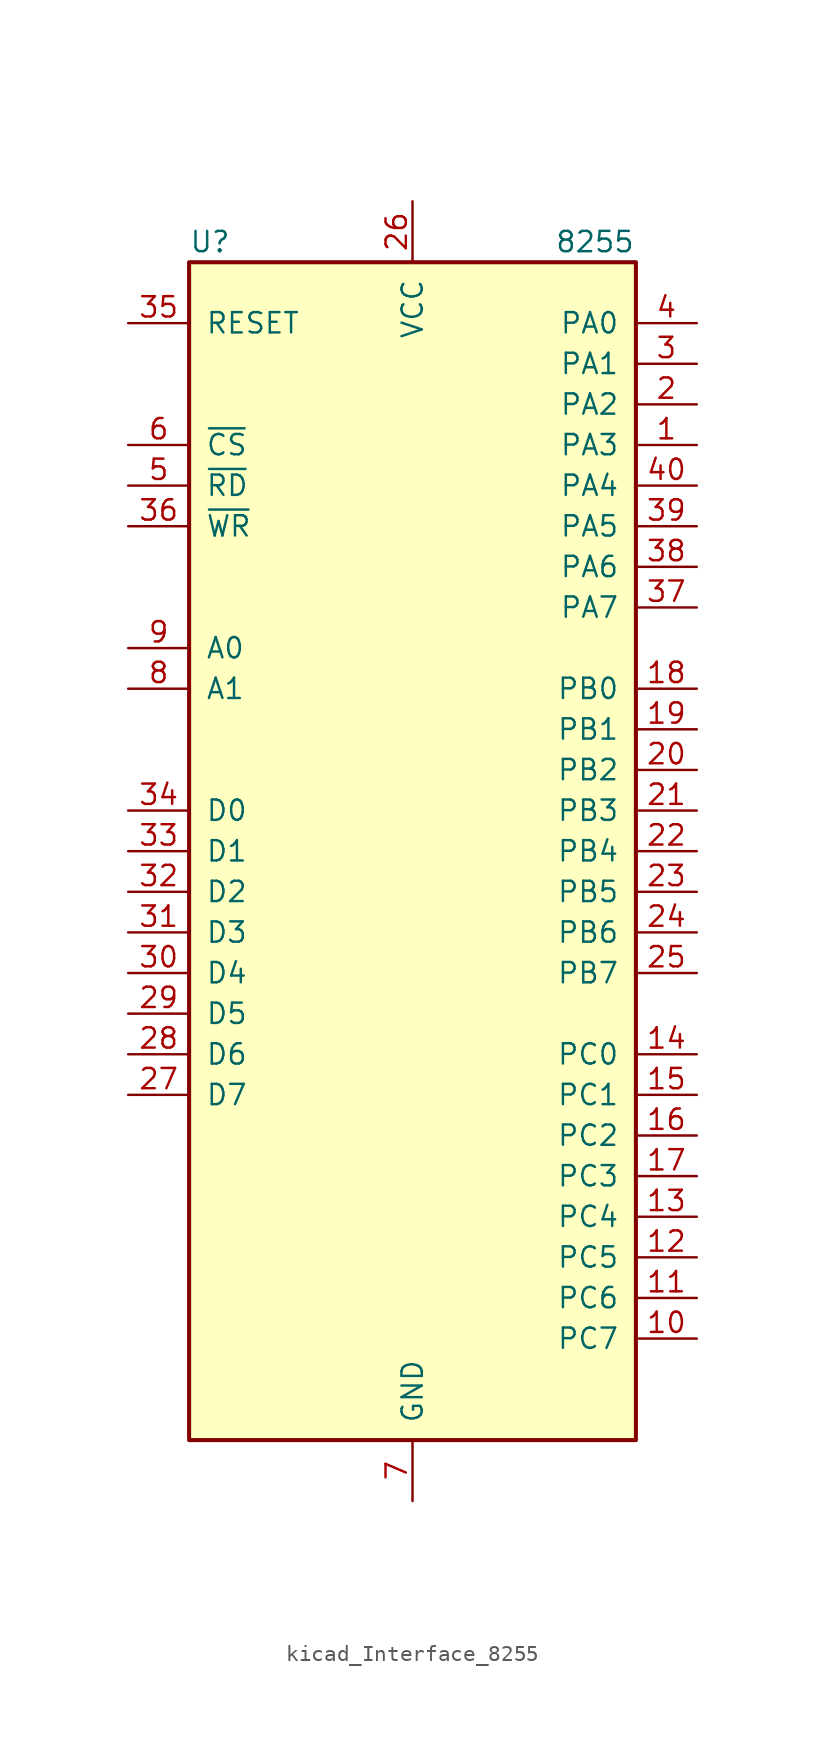
<source format=kicad_sym>
(kicad_symbol_lib
  (version 20220914)
  (generator kicad_symbol_editor)
  (symbol "kicad_Interface_8255"
    (pin_names
      (offset 1.016))
    (property "Reference" "U"
      (at -13.97 38.1 0)
      (effects (font (size 1.27 1.27)) (justify left)))
    (property "Value" "8255"
      (at 8.89 38.1 0)
      (effects (font (size 1.27 1.27)) (justify left)))
    (symbol "kicad_Interface_8255_1_1"
      (rectangle (start -13.97 -36.83) (end 13.97 36.83) (stroke (width 0.254) (type default)) (fill (type background)))
      (pin bidirectional line (at 17.78 25.4 180) (length 3.81) (name "PA3" (effects (font (size 1.27 1.27)))) (number "1" (effects (font (size 1.27 1.27)))))
      (pin bidirectional line (at 17.78 -30.48 180) (length 3.81) (name "PC7" (effects (font (size 1.27 1.27)))) (number "10" (effects (font (size 1.27 1.27)))))
      (pin bidirectional line (at 17.78 -27.94 180) (length 3.81) (name "PC6" (effects (font (size 1.27 1.27)))) (number "11" (effects (font (size 1.27 1.27)))))
      (pin bidirectional line (at 17.78 -25.4 180) (length 3.81) (name "PC5" (effects (font (size 1.27 1.27)))) (number "12" (effects (font (size 1.27 1.27)))))
      (pin bidirectional line (at 17.78 -22.86 180) (length 3.81) (name "PC4" (effects (font (size 1.27 1.27)))) (number "13" (effects (font (size 1.27 1.27)))))
      (pin bidirectional line (at 17.78 -12.7 180) (length 3.81) (name "PC0" (effects (font (size 1.27 1.27)))) (number "14" (effects (font (size 1.27 1.27)))))
      (pin bidirectional line (at 17.78 -15.24 180) (length 3.81) (name "PC1" (effects (font (size 1.27 1.27)))) (number "15" (effects (font (size 1.27 1.27)))))
      (pin bidirectional line (at 17.78 -17.78 180) (length 3.81) (name "PC2" (effects (font (size 1.27 1.27)))) (number "16" (effects (font (size 1.27 1.27)))))
      (pin bidirectional line (at 17.78 -20.32 180) (length 3.81) (name "PC3" (effects (font (size 1.27 1.27)))) (number "17" (effects (font (size 1.27 1.27)))))
      (pin bidirectional line (at 17.78 10.16 180) (length 3.81) (name "PB0" (effects (font (size 1.27 1.27)))) (number "18" (effects (font (size 1.27 1.27)))))
      (pin bidirectional line (at 17.78 7.62 180) (length 3.81) (name "PB1" (effects (font (size 1.27 1.27)))) (number "19" (effects (font (size 1.27 1.27)))))
      (pin bidirectional line (at 17.78 27.94 180) (length 3.81) (name "PA2" (effects (font (size 1.27 1.27)))) (number "2" (effects (font (size 1.27 1.27)))))
      (pin bidirectional line (at 17.78 5.08 180) (length 3.81) (name "PB2" (effects (font (size 1.27 1.27)))) (number "20" (effects (font (size 1.27 1.27)))))
      (pin bidirectional line (at 17.78 2.54 180) (length 3.81) (name "PB3" (effects (font (size 1.27 1.27)))) (number "21" (effects (font (size 1.27 1.27)))))
      (pin bidirectional line (at 17.78 0 180) (length 3.81) (name "PB4" (effects (font (size 1.27 1.27)))) (number "22" (effects (font (size 1.27 1.27)))))
      (pin bidirectional line (at 17.78 -2.54 180) (length 3.81) (name "PB5" (effects (font (size 1.27 1.27)))) (number "23" (effects (font (size 1.27 1.27)))))
      (pin bidirectional line (at 17.78 -5.08 180) (length 3.81) (name "PB6" (effects (font (size 1.27 1.27)))) (number "24" (effects (font (size 1.27 1.27)))))
      (pin bidirectional line (at 17.78 -7.62 180) (length 3.81) (name "PB7" (effects (font (size 1.27 1.27)))) (number "25" (effects (font (size 1.27 1.27)))))
      (pin power_in line (at 0 40.64 270) (length 3.81) (name "VCC" (effects (font (size 1.27 1.27)))) (number "26" (effects (font (size 1.27 1.27)))))
      (pin bidirectional line (at -17.78 -15.24 0) (length 3.81) (name "D7" (effects (font (size 1.27 1.27)))) (number "27" (effects (font (size 1.27 1.27)))))
      (pin bidirectional line (at -17.78 -12.7 0) (length 3.81) (name "D6" (effects (font (size 1.27 1.27)))) (number "28" (effects (font (size 1.27 1.27)))))
      (pin bidirectional line (at -17.78 -10.16 0) (length 3.81) (name "D5" (effects (font (size 1.27 1.27)))) (number "29" (effects (font (size 1.27 1.27)))))
      (pin bidirectional line (at 17.78 30.48 180) (length 3.81) (name "PA1" (effects (font (size 1.27 1.27)))) (number "3" (effects (font (size 1.27 1.27)))))
      (pin bidirectional line (at -17.78 -7.62 0) (length 3.81) (name "D4" (effects (font (size 1.27 1.27)))) (number "30" (effects (font (size 1.27 1.27)))))
      (pin bidirectional line (at -17.78 -5.08 0) (length 3.81) (name "D3" (effects (font (size 1.27 1.27)))) (number "31" (effects (font (size 1.27 1.27)))))
      (pin bidirectional line (at -17.78 -2.54 0) (length 3.81) (name "D2" (effects (font (size 1.27 1.27)))) (number "32" (effects (font (size 1.27 1.27)))))
      (pin bidirectional line (at -17.78 0 0) (length 3.81) (name "D1" (effects (font (size 1.27 1.27)))) (number "33" (effects (font (size 1.27 1.27)))))
      (pin bidirectional line (at -17.78 2.54 0) (length 3.81) (name "D0" (effects (font (size 1.27 1.27)))) (number "34" (effects (font (size 1.27 1.27)))))
      (pin input line (at -17.78 33.02 0) (length 3.81) (name "RESET" (effects (font (size 1.27 1.27)))) (number "35" (effects (font (size 1.27 1.27)))))
      (pin input line (at -17.78 20.32 0) (length 3.81) (name "~{WR}" (effects (font (size 1.27 1.27)))) (number "36" (effects (font (size 1.27 1.27)))))
      (pin bidirectional line (at 17.78 15.24 180) (length 3.81) (name "PA7" (effects (font (size 1.27 1.27)))) (number "37" (effects (font (size 1.27 1.27)))))
      (pin bidirectional line (at 17.78 17.78 180) (length 3.81) (name "PA6" (effects (font (size 1.27 1.27)))) (number "38" (effects (font (size 1.27 1.27)))))
      (pin bidirectional line (at 17.78 20.32 180) (length 3.81) (name "PA5" (effects (font (size 1.27 1.27)))) (number "39" (effects (font (size 1.27 1.27)))))
      (pin bidirectional line (at 17.78 33.02 180) (length 3.81) (name "PA0" (effects (font (size 1.27 1.27)))) (number "4" (effects (font (size 1.27 1.27)))))
      (pin bidirectional line (at 17.78 22.86 180) (length 3.81) (name "PA4" (effects (font (size 1.27 1.27)))) (number "40" (effects (font (size 1.27 1.27)))))
      (pin input line (at -17.78 22.86 0) (length 3.81) (name "~{RD}" (effects (font (size 1.27 1.27)))) (number "5" (effects (font (size 1.27 1.27)))))
      (pin input line (at -17.78 25.4 0) (length 3.81) (name "~{CS}" (effects (font (size 1.27 1.27)))) (number "6" (effects (font (size 1.27 1.27)))))
      (pin power_in line (at 0 -40.64 90) (length 3.81) (name "GND" (effects (font (size 1.27 1.27)))) (number "7" (effects (font (size 1.27 1.27)))))
      (pin input line (at -17.78 10.16 0) (length 3.81) (name "A1" (effects (font (size 1.27 1.27)))) (number "8" (effects (font (size 1.27 1.27)))))
      (pin input line (at -17.78 12.7 0) (length 3.81) (name "A0" (effects (font (size 1.27 1.27)))) (number "9" (effects (font (size 1.27 1.27))))))))
</source>
